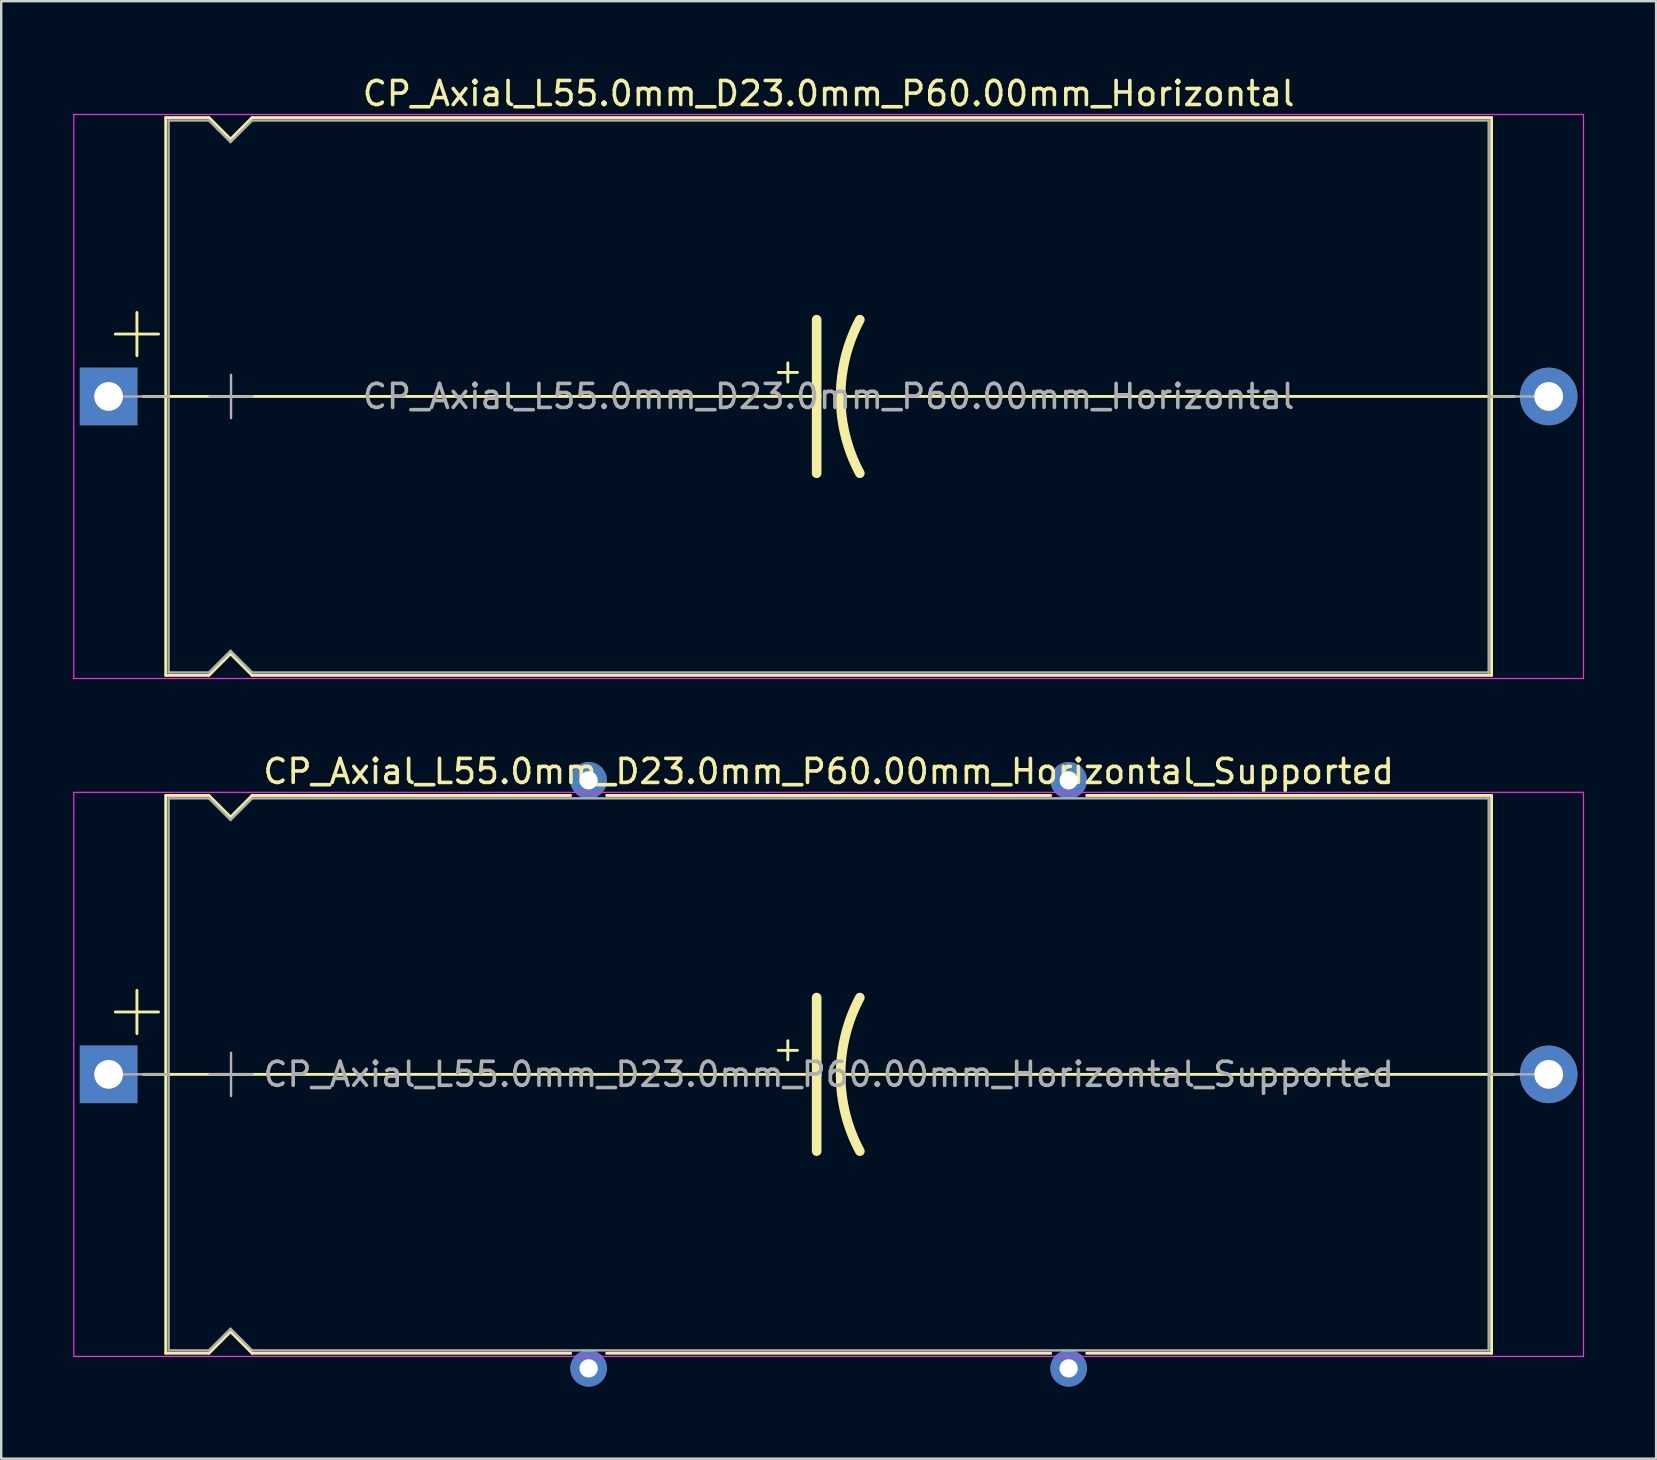
<source format=kicad_pcb>
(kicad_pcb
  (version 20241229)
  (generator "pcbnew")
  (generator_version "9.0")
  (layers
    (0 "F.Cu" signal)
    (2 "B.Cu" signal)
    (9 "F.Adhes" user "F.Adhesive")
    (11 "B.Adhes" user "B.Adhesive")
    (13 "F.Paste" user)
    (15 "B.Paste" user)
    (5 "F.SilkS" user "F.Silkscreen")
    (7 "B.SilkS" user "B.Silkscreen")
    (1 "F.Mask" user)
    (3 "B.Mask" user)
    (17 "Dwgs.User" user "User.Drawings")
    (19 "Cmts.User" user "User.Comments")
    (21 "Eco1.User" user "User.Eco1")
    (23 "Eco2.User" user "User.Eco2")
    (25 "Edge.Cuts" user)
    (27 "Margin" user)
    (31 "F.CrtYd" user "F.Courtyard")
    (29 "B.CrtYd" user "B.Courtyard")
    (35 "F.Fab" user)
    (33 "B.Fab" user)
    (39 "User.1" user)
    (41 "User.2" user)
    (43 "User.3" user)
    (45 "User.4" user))
  (footprint "CP_Axial_L55.0mm_D23.0mm_P60.00mm_Horizontal_Supported"
    (layer "F.Cu")
    (at 1.475 41.712)
    (property "Reference" "CP_Axial_L55.0mm_D23.0mm_P60.00mm_Horizontal_Supported" (at 30 -12.62 0) (layer "F.SilkS") (effects (font (size 1 1) (thickness 0.15))))
    (attr through_hole)
    (fp_line (start 0.28 -2.6) (end 2.08 -2.6) (stroke (width 0.12) (type solid)) (layer "F.SilkS"))
    (fp_line (start 1.18 -3.5) (end 1.18 -1.7) (stroke (width 0.12) (type solid)) (layer "F.SilkS"))
    (fp_line (start 1.44 0) (end 2.38 0) (stroke (width 0.12) (type solid)) (layer "F.SilkS"))
    (fp_line (start 2.38 -11.62) (end 2.38 11.62) (stroke (width 0.12) (type solid)) (layer "F.SilkS"))
    (fp_line (start 2.38 -11.62) (end 4.18 -11.62) (stroke (width 0.12) (type solid)) (layer "F.SilkS"))
    (fp_line (start 2.38 0) (end 29.5 0) (stroke (width 0.12) (type solid)) (layer "F.SilkS"))
    (fp_line (start 2.38 11.62) (end 4.18 11.62) (stroke (width 0.12) (type solid)) (layer "F.SilkS"))
    (fp_line (start 4.18 -11.62) (end 5.08 -10.72) (stroke (width 0.12) (type solid)) (layer "F.SilkS"))
    (fp_line (start 4.18 11.62) (end 5.08 10.72) (stroke (width 0.12) (type solid)) (layer "F.SilkS"))
    (fp_line (start 5.08 -10.72) (end 5.98 -11.62) (stroke (width 0.12) (type solid)) (layer "F.SilkS"))
    (fp_line (start 5.08 10.72) (end 5.98 11.62) (stroke (width 0.12) (type solid)) (layer "F.SilkS"))
    (fp_line (start 5.98 -11.62) (end 19.25 -11.62) (stroke (width 0.12) (type solid)) (layer "F.SilkS"))
    (fp_line (start 5.98 11.62) (end 19.25 11.62) (stroke (width 0.12) (type solid)) (layer "F.SilkS"))
    (fp_line (start 20.75 -11.62) (end 39.25 -11.62) (stroke (width 0.12) (type solid)) (layer "F.SilkS"))
    (fp_line (start 20.75 11.62) (end 39.25 11.62) (stroke (width 0.12) (type solid)) (layer "F.SilkS"))
    (fp_line (start 27.9 -1) (end 28.7 -1) (stroke (width 0.12) (type solid)) (layer "F.SilkS"))
    (fp_line (start 28.3 -1.4) (end 28.3 -0.6) (stroke (width 0.12) (type solid)) (layer "F.SilkS"))
    (fp_line (start 29.5 0) (end 29.5 -3.2) (stroke (width 0.4) (type solid)) (layer "F.SilkS"))
    (fp_line (start 29.5 0) (end 29.5 3.2) (stroke (width 0.4) (type solid)) (layer "F.SilkS"))
    (fp_line (start 40.75 -11.62) (end 57.62 -11.62) (stroke (width 0.12) (type solid)) (layer "F.SilkS"))
    (fp_line (start 40.75 11.62) (end 57.62 11.62) (stroke (width 0.12) (type solid)) (layer "F.SilkS"))
    (fp_line (start 57.62 -11.62) (end 57.62 11.62) (stroke (width 0.12) (type solid)) (layer "F.SilkS"))
    (fp_line (start 57.62 0) (end 30.5 0) (stroke (width 0.12) (type solid)) (layer "F.SilkS"))
    (fp_line (start 58.56 0) (end 57.62 0) (stroke (width 0.12) (type solid)) (layer "F.SilkS"))
    (fp_arc (start 30.5 0) (mid 30.703545 -1.649114) (end 31.3 -3.2) (stroke (width 0.4) (type solid)) (layer "F.SilkS"))
    (fp_arc (start 31.3 3.2) (mid 30.700709 1.649823) (end 30.5 0) (stroke (width 0.4) (type solid)) (layer "F.SilkS"))
    (fp_line (start -1.45 -11.75) (end -1.45 11.75) (stroke (width 0.05) (type solid)) (layer "F.CrtYd"))
    (fp_line (start -1.45 11.75) (end 61.45 11.75) (stroke (width 0.05) (type solid)) (layer "F.CrtYd"))
    (fp_line (start 61.45 -11.75) (end -1.45 -11.75) (stroke (width 0.05) (type solid)) (layer "F.CrtYd"))
    (fp_line (start 61.45 11.75) (end 61.45 -11.75) (stroke (width 0.05) (type solid)) (layer "F.CrtYd"))
    (fp_line (start 0 0) (end 2.5 0) (stroke (width 0.1) (type solid)) (layer "F.Fab"))
    (fp_line (start 2.5 -11.5) (end 2.5 11.5) (stroke (width 0.1) (type solid)) (layer "F.Fab"))
    (fp_line (start 2.5 -11.5) (end 4.18 -11.5) (stroke (width 0.1) (type solid)) (layer "F.Fab"))
    (fp_line (start 2.5 11.5) (end 4.18 11.5) (stroke (width 0.1) (type solid)) (layer "F.Fab"))
    (fp_line (start 4.18 -11.5) (end 5.08 -10.6) (stroke (width 0.1) (type solid)) (layer "F.Fab"))
    (fp_line (start 4.18 11.5) (end 5.08 10.6) (stroke (width 0.1) (type solid)) (layer "F.Fab"))
    (fp_line (start 4.2 0) (end 6 0) (stroke (width 0.1) (type solid)) (layer "F.Fab"))
    (fp_line (start 5.08 -10.6) (end 5.98 -11.5) (stroke (width 0.1) (type solid)) (layer "F.Fab"))
    (fp_line (start 5.08 10.6) (end 5.98 11.5) (stroke (width 0.1) (type solid)) (layer "F.Fab"))
    (fp_line (start 5.1 -0.9) (end 5.1 0.9) (stroke (width 0.1) (type solid)) (layer "F.Fab"))
    (fp_line (start 5.98 -11.5) (end 57.5 -11.5) (stroke (width 0.1) (type solid)) (layer "F.Fab"))
    (fp_line (start 5.98 11.5) (end 57.5 11.5) (stroke (width 0.1) (type solid)) (layer "F.Fab"))
    (fp_line (start 57.5 -11.5) (end 57.5 11.5) (stroke (width 0.1) (type solid)) (layer "F.Fab"))
    (fp_line (start 60 0) (end 57.5 0) (stroke (width 0.1) (type solid)) (layer "F.Fab"))
    (fp_text user "${REFERENCE}" (at 30 0 0) (layer "F.Fab") (effects (font (size 1 1) (thickness 0.15))))
    (pad "" thru_hole circle (at 20 -12.25) (size 1.524 1.524) (drill 0.762) (layers "*.Cu" "*.Mask"))
    (pad "" thru_hole circle (at 20 12.25) (size 1.524 1.524) (drill 0.762) (layers "*.Cu" "*.Mask"))
    (pad "" thru_hole circle (at 40 -12.25) (size 1.524 1.524) (drill 0.762) (layers "*.Cu" "*.Mask"))
    (pad "" thru_hole circle (at 40 12.25) (size 1.524 1.524) (drill 0.762) (layers "*.Cu" "*.Mask"))
    (pad "1" thru_hole rect (at 0 0) (size 2.4 2.4) (drill 1.2) (layers "*.Cu" "*.Mask"))
    (pad "2" thru_hole oval (at 60 0) (size 2.4 2.4) (drill 1.2) (layers "*.Cu" "*.Mask")))
  (footprint "CP_Axial_L55.0mm_D23.0mm_P60.00mm_Horizontal"
    (layer "F.Cu")
    (at 1.475 13.468)
    (property "Reference" "CP_Axial_L55.0mm_D23.0mm_P60.00mm_Horizontal" (at 30 -12.62 0) (layer "F.SilkS") (effects (font (size 1 1) (thickness 0.15))))
    (attr through_hole)
    (fp_line (start 0.28 -2.6) (end 2.08 -2.6) (stroke (width 0.12) (type solid)) (layer "F.SilkS"))
    (fp_line (start 1.18 -3.5) (end 1.18 -1.7) (stroke (width 0.12) (type solid)) (layer "F.SilkS"))
    (fp_line (start 1.44 0) (end 2.38 0) (stroke (width 0.12) (type solid)) (layer "F.SilkS"))
    (fp_line (start 2.38 -11.62) (end 2.38 11.62) (stroke (width 0.12) (type solid)) (layer "F.SilkS"))
    (fp_line (start 2.38 -11.62) (end 4.18 -11.62) (stroke (width 0.12) (type solid)) (layer "F.SilkS"))
    (fp_line (start 2.38 0) (end 29.5 0) (stroke (width 0.12) (type solid)) (layer "F.SilkS"))
    (fp_line (start 2.38 11.62) (end 4.18 11.62) (stroke (width 0.12) (type solid)) (layer "F.SilkS"))
    (fp_line (start 4.18 -11.62) (end 5.08 -10.72) (stroke (width 0.12) (type solid)) (layer "F.SilkS"))
    (fp_line (start 4.18 11.62) (end 5.08 10.72) (stroke (width 0.12) (type solid)) (layer "F.SilkS"))
    (fp_line (start 5.08 -10.72) (end 5.98 -11.62) (stroke (width 0.12) (type solid)) (layer "F.SilkS"))
    (fp_line (start 5.08 10.72) (end 5.98 11.62) (stroke (width 0.12) (type solid)) (layer "F.SilkS"))
    (fp_line (start 5.98 -11.62) (end 57.62 -11.62) (stroke (width 0.12) (type solid)) (layer "F.SilkS"))
    (fp_line (start 5.98 11.62) (end 57.62 11.62) (stroke (width 0.12) (type solid)) (layer "F.SilkS"))
    (fp_line (start 27.9 -1) (end 28.7 -1) (stroke (width 0.12) (type solid)) (layer "F.SilkS"))
    (fp_line (start 28.3 -1.4) (end 28.3 -0.6) (stroke (width 0.12) (type solid)) (layer "F.SilkS"))
    (fp_line (start 29.5 0) (end 29.5 -3.2) (stroke (width 0.4) (type solid)) (layer "F.SilkS"))
    (fp_line (start 29.5 0) (end 29.5 3.2) (stroke (width 0.4) (type solid)) (layer "F.SilkS"))
    (fp_line (start 57.62 -11.62) (end 57.62 11.62) (stroke (width 0.12) (type solid)) (layer "F.SilkS"))
    (fp_line (start 57.62 0) (end 30.5 0) (stroke (width 0.12) (type solid)) (layer "F.SilkS"))
    (fp_line (start 58.56 0) (end 57.62 0) (stroke (width 0.12) (type solid)) (layer "F.SilkS"))
    (fp_arc (start 30.5 0) (mid 30.703545 -1.649114) (end 31.3 -3.2) (stroke (width 0.4) (type solid)) (layer "F.SilkS"))
    (fp_arc (start 31.3 3.2) (mid 30.700709 1.649823) (end 30.5 0) (stroke (width 0.4) (type solid)) (layer "F.SilkS"))
    (fp_line (start -1.45 -11.75) (end -1.45 11.75) (stroke (width 0.05) (type solid)) (layer "F.CrtYd"))
    (fp_line (start -1.45 11.75) (end 61.45 11.75) (stroke (width 0.05) (type solid)) (layer "F.CrtYd"))
    (fp_line (start 61.45 -11.75) (end -1.45 -11.75) (stroke (width 0.05) (type solid)) (layer "F.CrtYd"))
    (fp_line (start 61.45 11.75) (end 61.45 -11.75) (stroke (width 0.05) (type solid)) (layer "F.CrtYd"))
    (fp_line (start 0 0) (end 2.5 0) (stroke (width 0.1) (type solid)) (layer "F.Fab"))
    (fp_line (start 2.5 -11.5) (end 2.5 11.5) (stroke (width 0.1) (type solid)) (layer "F.Fab"))
    (fp_line (start 2.5 -11.5) (end 4.18 -11.5) (stroke (width 0.1) (type solid)) (layer "F.Fab"))
    (fp_line (start 2.5 11.5) (end 4.18 11.5) (stroke (width 0.1) (type solid)) (layer "F.Fab"))
    (fp_line (start 4.18 -11.5) (end 5.08 -10.6) (stroke (width 0.1) (type solid)) (layer "F.Fab"))
    (fp_line (start 4.18 11.5) (end 5.08 10.6) (stroke (width 0.1) (type solid)) (layer "F.Fab"))
    (fp_line (start 4.2 0) (end 6 0) (stroke (width 0.1) (type solid)) (layer "F.Fab"))
    (fp_line (start 5.08 -10.6) (end 5.98 -11.5) (stroke (width 0.1) (type solid)) (layer "F.Fab"))
    (fp_line (start 5.08 10.6) (end 5.98 11.5) (stroke (width 0.1) (type solid)) (layer "F.Fab"))
    (fp_line (start 5.1 -0.9) (end 5.1 0.9) (stroke (width 0.1) (type solid)) (layer "F.Fab"))
    (fp_line (start 5.98 -11.5) (end 57.5 -11.5) (stroke (width 0.1) (type solid)) (layer "F.Fab"))
    (fp_line (start 5.98 11.5) (end 57.5 11.5) (stroke (width 0.1) (type solid)) (layer "F.Fab"))
    (fp_line (start 57.5 -11.5) (end 57.5 11.5) (stroke (width 0.1) (type solid)) (layer "F.Fab"))
    (fp_line (start 60 0) (end 57.5 0) (stroke (width 0.1) (type solid)) (layer "F.Fab"))
    (fp_text user "${REFERENCE}" (at 30 0 0) (layer "F.Fab") (effects (font (size 1 1) (thickness 0.15))))
    (pad "1" thru_hole rect (at 0 0) (size 2.4 2.4) (drill 1.2) (layers "*.Cu" "*.Mask"))
    (pad "2" thru_hole oval (at 60 0) (size 2.4 2.4) (drill 1.2) (layers "*.Cu" "*.Mask")))
  (gr_rect
    (start -3 -3)
    (end 65.95 57.724)
    (stroke (width 0.1) (type default))
    (fill no)
    (layer "Edge.Cuts")))
</source>
